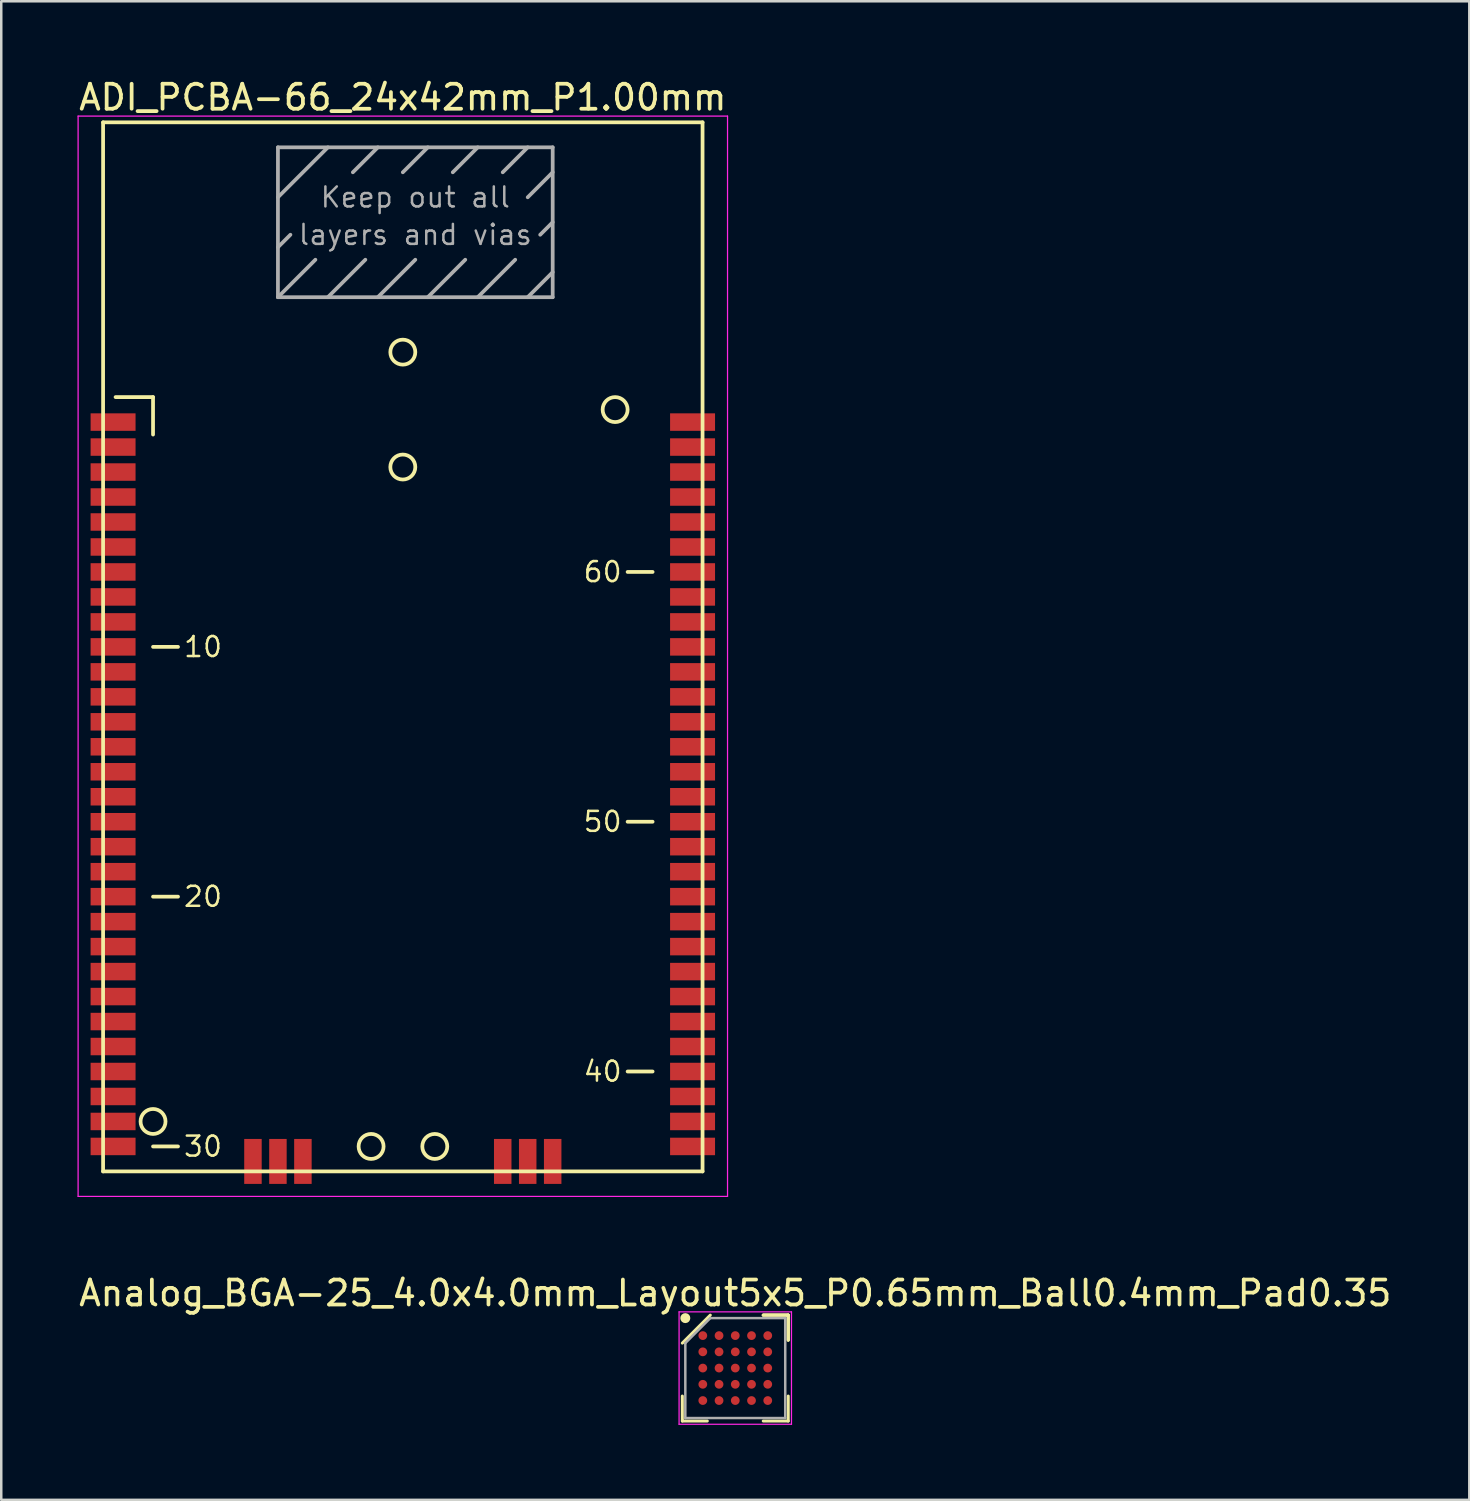
<source format=kicad_pcb>
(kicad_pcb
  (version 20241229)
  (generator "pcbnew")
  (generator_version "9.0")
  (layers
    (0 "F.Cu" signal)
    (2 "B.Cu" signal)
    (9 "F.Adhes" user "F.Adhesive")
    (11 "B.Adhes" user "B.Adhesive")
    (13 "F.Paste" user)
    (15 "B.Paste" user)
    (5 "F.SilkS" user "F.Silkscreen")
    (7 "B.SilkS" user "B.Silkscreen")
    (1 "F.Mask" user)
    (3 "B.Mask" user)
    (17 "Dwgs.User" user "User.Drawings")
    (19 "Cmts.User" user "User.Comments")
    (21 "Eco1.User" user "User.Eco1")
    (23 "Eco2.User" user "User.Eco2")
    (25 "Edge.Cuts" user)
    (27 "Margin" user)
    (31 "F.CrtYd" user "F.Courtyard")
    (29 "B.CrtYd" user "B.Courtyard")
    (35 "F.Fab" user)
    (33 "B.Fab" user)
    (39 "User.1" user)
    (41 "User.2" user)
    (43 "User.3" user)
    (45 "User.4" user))
  (footprint "Analog_BGA-25_4.0x4.0mm_Layout5x5_P0.65mm_Ball0.4mm_Pad0.35"
    (layer "F.Cu")
    (at 26.387 51.721)
    (property "Reference" "Analog_BGA-25_4.0x4.0mm_Layout5x5_P0.65mm_Ball0.4mm_Pad0.35" (at 0 -3 0) (layer "F.SilkS") (effects (font (size 1 1) (thickness 0.15))))
    (attr smd)
    (fp_line (start -2.12 2.12) (end -2.12 1.12) (stroke (width 0.12) (type solid)) (layer "F.SilkS"))
    (fp_line (start -1.12 2.12) (end -2.12 2.12) (stroke (width 0.12) (type solid)) (layer "F.SilkS"))
    (fp_line (start -1 -2.12) (end -2.12 -1) (stroke (width 0.12) (type solid)) (layer "F.SilkS"))
    (fp_line (start 1.12 -2.12) (end 2.12 -2.12) (stroke (width 0.12) (type solid)) (layer "F.SilkS"))
    (fp_line (start 1.12 -2.12) (end 2.12 -2.12) (stroke (width 0.12) (type solid)) (layer "F.SilkS"))
    (fp_line (start 1.12 -2.12) (end 2.12 -2.12) (stroke (width 0.12) (type solid)) (layer "F.SilkS"))
    (fp_line (start 1.12 2.12) (end 2.12 2.12) (stroke (width 0.12) (type solid)) (layer "F.SilkS"))
    (fp_line (start 2.12 -2.12) (end 2.12 -1.12) (stroke (width 0.12) (type solid)) (layer "F.SilkS"))
    (fp_line (start 2.12 -2.12) (end 2.12 -1.12) (stroke (width 0.12) (type solid)) (layer "F.SilkS"))
    (fp_line (start 2.12 -2.12) (end 2.12 -1.12) (stroke (width 0.12) (type solid)) (layer "F.SilkS"))
    (fp_line (start 2.12 2.12) (end 2.12 1.12) (stroke (width 0.12) (type solid)) (layer "F.SilkS"))
    (fp_circle (center -2 -2) (end -2 -1.9) (stroke (width 0.2) (type solid)) (fill no) (layer "F.SilkS"))
    (fp_line (start -2.25 -2.25) (end 2.25 -2.25) (stroke (width 0.05) (type solid)) (layer "F.CrtYd"))
    (fp_line (start -2.25 2.25) (end -2.25 -2.25) (stroke (width 0.05) (type solid)) (layer "F.CrtYd"))
    (fp_line (start 2.25 -2.25) (end 2.25 2.25) (stroke (width 0.05) (type solid)) (layer "F.CrtYd"))
    (fp_line (start 2.25 2.25) (end -2.25 2.25) (stroke (width 0.05) (type solid)) (layer "F.CrtYd"))
    (fp_line (start -2 -1) (end -2 2) (stroke (width 0.1) (type solid)) (layer "F.Fab"))
    (fp_line (start -2 2) (end 2 2) (stroke (width 0.1) (type solid)) (layer "F.Fab"))
    (fp_line (start -1 -2) (end -2 -1) (stroke (width 0.1) (type solid)) (layer "F.Fab"))
    (fp_line (start 2 -2) (end -1 -2) (stroke (width 0.1) (type solid)) (layer "F.Fab"))
    (fp_line (start 2 2) (end 2 -2) (stroke (width 0.1) (type solid)) (layer "F.Fab"))
    (pad "A1" smd circle (at -1.3 -1.3) (size 0.35 0.35) (layers "F.Cu" "F.Mask" "F.Paste"))
    (pad "A2" smd circle (at -0.65 -1.3) (size 0.35 0.35) (layers "F.Cu" "F.Mask" "F.Paste"))
    (pad "A3" smd circle (at 0 -1.3) (size 0.35 0.35) (layers "F.Cu" "F.Mask" "F.Paste"))
    (pad "A4" smd circle (at 0.65 -1.3) (size 0.35 0.35) (layers "F.Cu" "F.Mask" "F.Paste"))
    (pad "A5" smd circle (at 1.3 -1.3) (size 0.35 0.35) (layers "F.Cu" "F.Mask" "F.Paste"))
    (pad "B1" smd circle (at -1.3 -0.65) (size 0.35 0.35) (layers "F.Cu" "F.Mask" "F.Paste"))
    (pad "B2" smd circle (at -0.65 -0.65) (size 0.35 0.35) (layers "F.Cu" "F.Mask" "F.Paste"))
    (pad "B3" smd circle (at 0 -0.65) (size 0.35 0.35) (layers "F.Cu" "F.Mask" "F.Paste"))
    (pad "B4" smd circle (at 0.65 -0.65) (size 0.35 0.35) (layers "F.Cu" "F.Mask" "F.Paste"))
    (pad "B5" smd circle (at 1.3 -0.65) (size 0.35 0.35) (layers "F.Cu" "F.Mask" "F.Paste"))
    (pad "C1" smd circle (at -1.3 0) (size 0.35 0.35) (layers "F.Cu" "F.Mask" "F.Paste"))
    (pad "C2" smd circle (at -0.65 0) (size 0.35 0.35) (layers "F.Cu" "F.Mask" "F.Paste"))
    (pad "C3" smd circle (at 0 0) (size 0.35 0.35) (layers "F.Cu" "F.Mask" "F.Paste"))
    (pad "C4" smd circle (at 0.65 0) (size 0.35 0.35) (layers "F.Cu" "F.Mask" "F.Paste"))
    (pad "C5" smd circle (at 1.3 0) (size 0.35 0.35) (layers "F.Cu" "F.Mask" "F.Paste"))
    (pad "D1" smd circle (at -1.3 0.65) (size 0.35 0.35) (layers "F.Cu" "F.Mask" "F.Paste"))
    (pad "D2" smd circle (at -0.65 0.65) (size 0.35 0.35) (layers "F.Cu" "F.Mask" "F.Paste"))
    (pad "D3" smd circle (at 0 0.65) (size 0.35 0.35) (layers "F.Cu" "F.Mask" "F.Paste"))
    (pad "D4" smd circle (at 0.65 0.65) (size 0.35 0.35) (layers "F.Cu" "F.Mask" "F.Paste"))
    (pad "D5" smd circle (at 1.3 0.65) (size 0.35 0.35) (layers "F.Cu" "F.Mask" "F.Paste"))
    (pad "E1" smd circle (at -1.3 1.3) (size 0.35 0.35) (layers "F.Cu" "F.Mask" "F.Paste"))
    (pad "E2" smd circle (at -0.65 1.3) (size 0.35 0.35) (layers "F.Cu" "F.Mask" "F.Paste"))
    (pad "E3" smd circle (at 0 1.3) (size 0.35 0.35) (layers "F.Cu" "F.Mask" "F.Paste"))
    (pad "E4" smd circle (at 0.65 1.3) (size 0.35 0.35) (layers "F.Cu" "F.Mask" "F.Paste"))
    (pad "E5" smd circle (at 1.3 1.3) (size 0.35 0.35) (layers "F.Cu" "F.Mask" "F.Paste")))
  (footprint "ADI_PCBA-66_24x42mm_P1.00mm"
    (layer "F.Cu")
    (at 3.077 41.848)
    (property "Reference" "ADI_PCBA-66_24x42mm_P1.00mm" (at 10 -41 0) (layer "F.SilkS") (effects (font (size 1 1) (thickness 0.15))))
    (attr smd)
    (fp_line (start -2 -40) (end 22 -40) (stroke (width 0.15) (type solid)) (layer "F.SilkS"))
    (fp_line (start -2 2) (end -2 -40) (stroke (width 0.15) (type solid)) (layer "F.SilkS"))
    (fp_line (start -1.5 -29) (end 0 -29) (stroke (width 0.15) (type solid)) (layer "F.SilkS"))
    (fp_line (start 0 -29) (end 0 -27.5) (stroke (width 0.15) (type solid)) (layer "F.SilkS"))
    (fp_line (start 0 -19) (end 1 -19) (stroke (width 0.15) (type solid)) (layer "F.SilkS"))
    (fp_line (start 0 -9) (end 1 -9) (stroke (width 0.15) (type solid)) (layer "F.SilkS"))
    (fp_line (start 0 1) (end 1 1) (stroke (width 0.15) (type solid)) (layer "F.SilkS"))
    (fp_line (start 20 -22) (end 19 -22) (stroke (width 0.15) (type solid)) (layer "F.SilkS"))
    (fp_line (start 20 -12) (end 19 -12) (stroke (width 0.15) (type solid)) (layer "F.SilkS"))
    (fp_line (start 20 -2) (end 19 -2) (stroke (width 0.15) (type solid)) (layer "F.SilkS"))
    (fp_line (start 22 -40) (end 22 2) (stroke (width 0.15) (type solid)) (layer "F.SilkS"))
    (fp_line (start 22 2) (end -2 2) (stroke (width 0.15) (type solid)) (layer "F.SilkS"))
    (fp_circle (center 0 0) (end 0 0.5) (stroke (width 0.15) (type solid)) (fill no) (layer "F.SilkS"))
    (fp_circle (center 8.73 1) (end 8.73 1.5) (stroke (width 0.15) (type solid)) (fill no) (layer "F.SilkS"))
    (fp_circle (center 10 -30.8) (end 10 -30.3) (stroke (width 0.15) (type solid)) (fill no) (layer "F.SilkS"))
    (fp_circle (center 10 -26.2) (end 10 -25.7) (stroke (width 0.15) (type solid)) (fill no) (layer "F.SilkS"))
    (fp_circle (center 11.28 1) (end 11.28 1.5) (stroke (width 0.15) (type solid)) (fill no) (layer "F.SilkS"))
    (fp_circle (center 18.5 -28.5) (end 18.5 -28) (stroke (width 0.15) (type solid)) (fill no) (layer "F.SilkS"))
    (fp_line (start -3 -40.25) (end -3 3) (stroke (width 0.05) (type solid)) (layer "F.CrtYd"))
    (fp_line (start -3 3) (end 23 3) (stroke (width 0.05) (type solid)) (layer "F.CrtYd"))
    (fp_line (start 23 -40.25) (end -3 -40.25) (stroke (width 0.05) (type solid)) (layer "F.CrtYd"))
    (fp_line (start 23 3) (end 23 -40.25) (stroke (width 0.05) (type solid)) (layer "F.CrtYd"))
    (fp_line (start 5 -39) (end 16 -39) (stroke (width 0.15) (type solid)) (layer "F.Fab"))
    (fp_line (start 5 -37) (end 7 -39) (stroke (width 0.15) (type solid)) (layer "F.Fab"))
    (fp_line (start 5 -35) (end 5.5 -35.5) (stroke (width 0.15) (type solid)) (layer "F.Fab"))
    (fp_line (start 5 -33) (end 5 -39) (stroke (width 0.15) (type solid)) (layer "F.Fab"))
    (fp_line (start 5 -33) (end 6.5 -34.5) (stroke (width 0.15) (type solid)) (layer "F.Fab"))
    (fp_line (start 7 -33) (end 8.5 -34.5) (stroke (width 0.15) (type solid)) (layer "F.Fab"))
    (fp_line (start 9 -39) (end 8 -38) (stroke (width 0.15) (type solid)) (layer "F.Fab"))
    (fp_line (start 9 -33) (end 10.5 -34.5) (stroke (width 0.15) (type solid)) (layer "F.Fab"))
    (fp_line (start 11 -39) (end 10 -38) (stroke (width 0.15) (type solid)) (layer "F.Fab"))
    (fp_line (start 11 -33) (end 12.5 -34.5) (stroke (width 0.15) (type solid)) (layer "F.Fab"))
    (fp_line (start 13 -39) (end 12 -38) (stroke (width 0.15) (type solid)) (layer "F.Fab"))
    (fp_line (start 13 -33) (end 14.5 -34.5) (stroke (width 0.15) (type solid)) (layer "F.Fab"))
    (fp_line (start 15 -39) (end 14 -38) (stroke (width 0.15) (type solid)) (layer "F.Fab"))
    (fp_line (start 15 -33) (end 16 -34) (stroke (width 0.15) (type solid)) (layer "F.Fab"))
    (fp_line (start 16 -39) (end 16 -33) (stroke (width 0.15) (type solid)) (layer "F.Fab"))
    (fp_line (start 16 -38) (end 15 -37) (stroke (width 0.15) (type solid)) (layer "F.Fab"))
    (fp_line (start 16 -36) (end 15.5 -35.5) (stroke (width 0.15) (type solid)) (layer "F.Fab"))
    (fp_line (start 16 -33) (end 5 -33) (stroke (width 0.15) (type solid)) (layer "F.Fab"))
    (fp_text user "50" (at 18 -12 0) (layer "F.SilkS") (effects (font (size 0.8 0.8) (thickness 0.1))))
    (fp_text user "30" (at 2 1 0) (layer "F.SilkS") (effects (font (size 0.8 0.8) (thickness 0.1))))
    (fp_text user "40" (at 18 -2 0) (layer "F.SilkS") (effects (font (size 0.8 0.8) (thickness 0.1))))
    (fp_text user "10" (at 2 -19 0) (layer "F.SilkS") (effects (font (size 0.8 0.8) (thickness 0.1))))
    (fp_text user "20" (at 2 -9 0) (layer "F.SilkS") (effects (font (size 0.8 0.8) (thickness 0.1))))
    (fp_text user "60" (at 18 -22 0) (layer "F.SilkS") (effects (font (size 0.8 0.8) (thickness 0.1))))
    (fp_text user "layers and vias" (at 10.5 -35.5 0) (layer "F.Fab") (effects (font (size 0.8 0.8) (thickness 0.1))))
    (fp_text user "Keep out all" (at 10.5 -37 0) (layer "F.Fab") (effects (font (size 0.8 0.8) (thickness 0.1))))
    (pad "1" smd rect (at -2 -28) (size 1.8 0.7) (drill (offset 0.4 0)) (layers "F.Cu" "F.Mask" "F.Paste"))
    (pad "2" smd rect (at -2 -27) (size 1.8 0.7) (drill (offset 0.4 0)) (layers "F.Cu" "F.Mask" "F.Paste"))
    (pad "3" smd rect (at -2 -26) (size 1.8 0.7) (drill (offset 0.4 0)) (layers "F.Cu" "F.Mask" "F.Paste"))
    (pad "4" smd rect (at -2 -25) (size 1.8 0.7) (drill (offset 0.4 0)) (layers "F.Cu" "F.Mask" "F.Paste"))
    (pad "5" smd rect (at -2 -24) (size 1.8 0.7) (drill (offset 0.4 0)) (layers "F.Cu" "F.Mask" "F.Paste"))
    (pad "6" smd rect (at -2 -23) (size 1.8 0.7) (drill (offset 0.4 0)) (layers "F.Cu" "F.Mask" "F.Paste"))
    (pad "7" smd rect (at -2 -22) (size 1.8 0.7) (drill (offset 0.4 0)) (layers "F.Cu" "F.Mask" "F.Paste"))
    (pad "8" smd rect (at -2 -21) (size 1.8 0.7) (drill (offset 0.4 0)) (layers "F.Cu" "F.Mask" "F.Paste"))
    (pad "9" smd rect (at -2 -20) (size 1.8 0.7) (drill (offset 0.4 0)) (layers "F.Cu" "F.Mask" "F.Paste"))
    (pad "10" smd rect (at -2 -19) (size 1.8 0.7) (drill (offset 0.4 0)) (layers "F.Cu" "F.Mask" "F.Paste"))
    (pad "11" smd rect (at -2 -18) (size 1.8 0.7) (drill (offset 0.4 0)) (layers "F.Cu" "F.Mask" "F.Paste"))
    (pad "12" smd rect (at -2 -17) (size 1.8 0.7) (drill (offset 0.4 0)) (layers "F.Cu" "F.Mask" "F.Paste"))
    (pad "13" smd rect (at -2 -16) (size 1.8 0.7) (drill (offset 0.4 0)) (layers "F.Cu" "F.Mask" "F.Paste"))
    (pad "14" smd rect (at -2 -15) (size 1.8 0.7) (drill (offset 0.4 0)) (layers "F.Cu" "F.Mask" "F.Paste"))
    (pad "15" smd rect (at -2 -14) (size 1.8 0.7) (drill (offset 0.4 0)) (layers "F.Cu" "F.Mask" "F.Paste"))
    (pad "16" smd rect (at -2 -13) (size 1.8 0.7) (drill (offset 0.4 0)) (layers "F.Cu" "F.Mask" "F.Paste"))
    (pad "17" smd rect (at -2 -12) (size 1.8 0.7) (drill (offset 0.4 0)) (layers "F.Cu" "F.Mask" "F.Paste"))
    (pad "18" smd rect (at -2 -11) (size 1.8 0.7) (drill (offset 0.4 0)) (layers "F.Cu" "F.Mask" "F.Paste"))
    (pad "19" smd rect (at -2 -10) (size 1.8 0.7) (drill (offset 0.4 0)) (layers "F.Cu" "F.Mask" "F.Paste"))
    (pad "20" smd rect (at -2 -9) (size 1.8 0.7) (drill (offset 0.4 0)) (layers "F.Cu" "F.Mask" "F.Paste"))
    (pad "21" smd rect (at -2 -8) (size 1.8 0.7) (drill (offset 0.4 0)) (layers "F.Cu" "F.Mask" "F.Paste"))
    (pad "22" smd rect (at -2 -7) (size 1.8 0.7) (drill (offset 0.4 0)) (layers "F.Cu" "F.Mask" "F.Paste"))
    (pad "23" smd rect (at -2 -6) (size 1.8 0.7) (drill (offset 0.4 0)) (layers "F.Cu" "F.Mask" "F.Paste"))
    (pad "24" smd rect (at -2 -5) (size 1.8 0.7) (drill (offset 0.4 0)) (layers "F.Cu" "F.Mask" "F.Paste"))
    (pad "25" smd rect (at -2 -4) (size 1.8 0.7) (drill (offset 0.4 0)) (layers "F.Cu" "F.Mask" "F.Paste"))
    (pad "26" smd rect (at -2 -3) (size 1.8 0.7) (drill (offset 0.4 0)) (layers "F.Cu" "F.Mask" "F.Paste"))
    (pad "27" smd rect (at -2 -2) (size 1.8 0.7) (drill (offset 0.4 0)) (layers "F.Cu" "F.Mask" "F.Paste"))
    (pad "28" smd rect (at -2 -1) (size 1.8 0.7) (drill (offset 0.4 0)) (layers "F.Cu" "F.Mask" "F.Paste"))
    (pad "29" smd rect (at -2 0) (size 1.8 0.7) (drill (offset 0.4 0)) (layers "F.Cu" "F.Mask" "F.Paste"))
    (pad "30" smd rect (at -2 1) (size 1.8 0.7) (drill (offset 0.4 0)) (layers "F.Cu" "F.Mask" "F.Paste"))
    (pad "31" smd rect (at 4 2 90) (size 1.8 0.7) (drill (offset 0.4 0)) (layers "F.Cu" "F.Mask" "F.Paste"))
    (pad "32" smd rect (at 5 2 90) (size 1.8 0.7) (drill (offset 0.4 0)) (layers "F.Cu" "F.Mask" "F.Paste"))
    (pad "33" smd rect (at 6 2 90) (size 1.8 0.7) (drill (offset 0.4 0)) (layers "F.Cu" "F.Mask" "F.Paste"))
    (pad "34" smd rect (at 14 2 90) (size 1.8 0.7) (drill (offset 0.4 0)) (layers "F.Cu" "F.Mask" "F.Paste"))
    (pad "35" smd rect (at 15 2 90) (size 1.8 0.7) (drill (offset 0.4 0)) (layers "F.Cu" "F.Mask" "F.Paste"))
    (pad "36" smd rect (at 16 2 90) (size 1.8 0.7) (drill (offset 0.4 0)) (layers "F.Cu" "F.Mask" "F.Paste"))
    (pad "37" smd rect (at 22 1) (size 1.8 0.7) (drill (offset -0.4 0)) (layers "F.Cu" "F.Mask" "F.Paste"))
    (pad "38" smd rect (at 22 0) (size 1.8 0.7) (drill (offset -0.4 0)) (layers "F.Cu" "F.Mask" "F.Paste"))
    (pad "39" smd rect (at 22 -1) (size 1.8 0.7) (drill (offset -0.4 0)) (layers "F.Cu" "F.Mask" "F.Paste"))
    (pad "40" smd rect (at 22 -2) (size 1.8 0.7) (drill (offset -0.4 0)) (layers "F.Cu" "F.Mask" "F.Paste"))
    (pad "41" smd rect (at 22 -3) (size 1.8 0.7) (drill (offset -0.4 0)) (layers "F.Cu" "F.Mask" "F.Paste"))
    (pad "42" smd rect (at 22 -4) (size 1.8 0.7) (drill (offset -0.4 0)) (layers "F.Cu" "F.Mask" "F.Paste"))
    (pad "43" smd rect (at 22 -5) (size 1.8 0.7) (drill (offset -0.4 0)) (layers "F.Cu" "F.Mask" "F.Paste"))
    (pad "44" smd rect (at 22 -6) (size 1.8 0.7) (drill (offset -0.4 0)) (layers "F.Cu" "F.Mask" "F.Paste"))
    (pad "45" smd rect (at 22 -7) (size 1.8 0.7) (drill (offset -0.4 0)) (layers "F.Cu" "F.Mask" "F.Paste"))
    (pad "46" smd rect (at 22 -8) (size 1.8 0.7) (drill (offset -0.4 0)) (layers "F.Cu" "F.Mask" "F.Paste"))
    (pad "47" smd rect (at 22 -9) (size 1.8 0.7) (drill (offset -0.4 0)) (layers "F.Cu" "F.Mask" "F.Paste"))
    (pad "48" smd rect (at 22 -10) (size 1.8 0.7) (drill (offset -0.4 0)) (layers "F.Cu" "F.Mask" "F.Paste"))
    (pad "49" smd rect (at 22 -11) (size 1.8 0.7) (drill (offset -0.4 0)) (layers "F.Cu" "F.Mask" "F.Paste"))
    (pad "50" smd rect (at 22 -12) (size 1.8 0.7) (drill (offset -0.4 0)) (layers "F.Cu" "F.Mask" "F.Paste"))
    (pad "51" smd rect (at 22 -13) (size 1.8 0.7) (drill (offset -0.4 0)) (layers "F.Cu" "F.Mask" "F.Paste"))
    (pad "52" smd rect (at 22 -14) (size 1.8 0.7) (drill (offset -0.4 0)) (layers "F.Cu" "F.Mask" "F.Paste"))
    (pad "53" smd rect (at 22 -15) (size 1.8 0.7) (drill (offset -0.4 0)) (layers "F.Cu" "F.Mask" "F.Paste"))
    (pad "54" smd rect (at 22 -16) (size 1.8 0.7) (drill (offset -0.4 0)) (layers "F.Cu" "F.Mask" "F.Paste"))
    (pad "55" smd rect (at 22 -17) (size 1.8 0.7) (drill (offset -0.4 0)) (layers "F.Cu" "F.Mask" "F.Paste"))
    (pad "56" smd rect (at 22 -18) (size 1.8 0.7) (drill (offset -0.4 0)) (layers "F.Cu" "F.Mask" "F.Paste"))
    (pad "57" smd rect (at 22 -19) (size 1.8 0.7) (drill (offset -0.4 0)) (layers "F.Cu" "F.Mask" "F.Paste"))
    (pad "58" smd rect (at 22 -20) (size 1.8 0.7) (drill (offset -0.4 0)) (layers "F.Cu" "F.Mask" "F.Paste"))
    (pad "59" smd rect (at 22 -21) (size 1.8 0.7) (drill (offset -0.4 0)) (layers "F.Cu" "F.Mask" "F.Paste"))
    (pad "60" smd rect (at 22 -22) (size 1.8 0.7) (drill (offset -0.4 0)) (layers "F.Cu" "F.Mask" "F.Paste"))
    (pad "61" smd rect (at 22 -23) (size 1.8 0.7) (drill (offset -0.4 0)) (layers "F.Cu" "F.Mask" "F.Paste"))
    (pad "62" smd rect (at 22 -24) (size 1.8 0.7) (drill (offset -0.4 0)) (layers "F.Cu" "F.Mask" "F.Paste"))
    (pad "63" smd rect (at 22 -25) (size 1.8 0.7) (drill (offset -0.4 0)) (layers "F.Cu" "F.Mask" "F.Paste"))
    (pad "64" smd rect (at 22 -26) (size 1.8 0.7) (drill (offset -0.4 0)) (layers "F.Cu" "F.Mask" "F.Paste"))
    (pad "65" smd rect (at 22 -27) (size 1.8 0.7) (drill (offset -0.4 0)) (layers "F.Cu" "F.Mask" "F.Paste"))
    (pad "66" smd rect (at 22 -28) (size 1.8 0.7) (drill (offset -0.4 0)) (layers "F.Cu" "F.Mask" "F.Paste")))
  (gr_rect
    (start -3 -3)
    (end 55.774 56.996)
    (stroke (width 0.1) (type default))
    (fill no)
    (layer "Edge.Cuts")))
</source>
